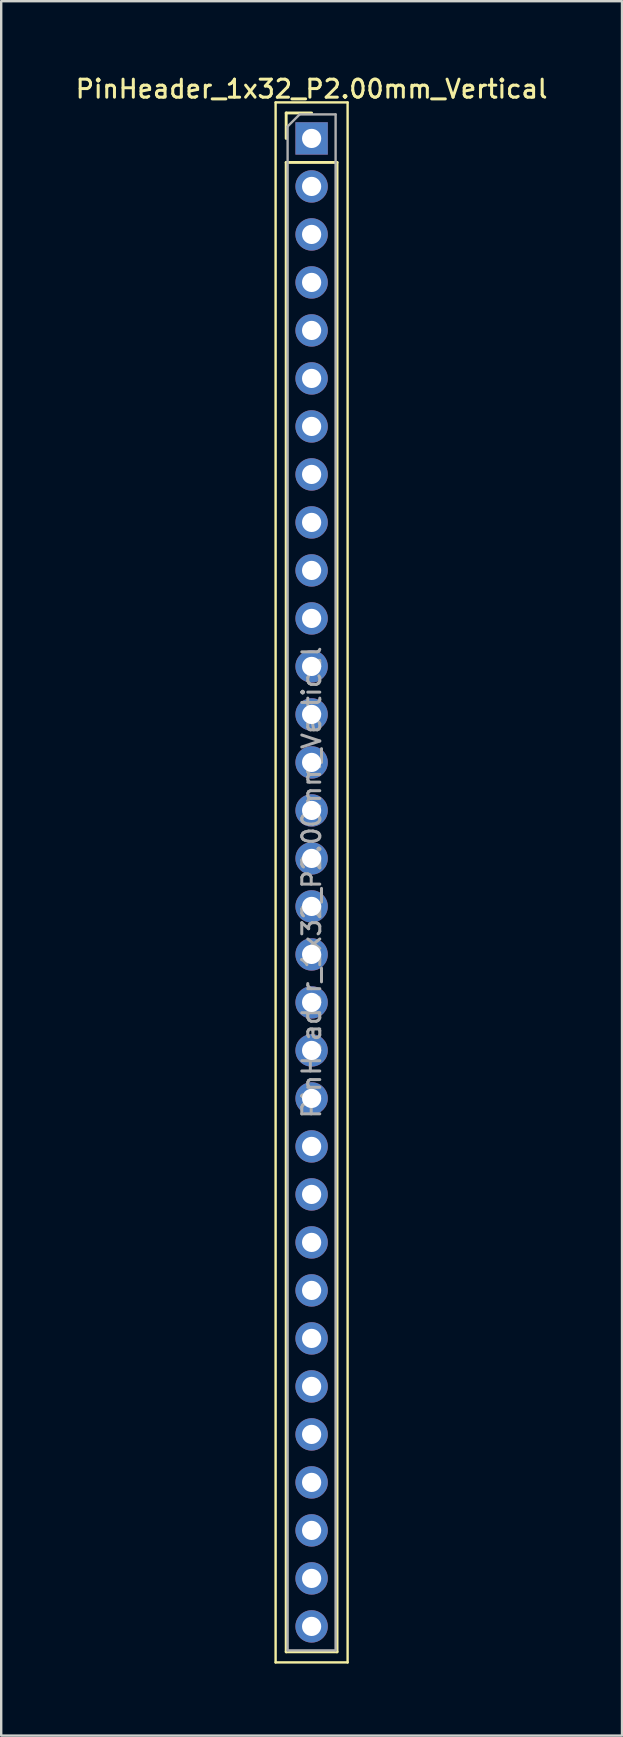
<source format=kicad_pcb>
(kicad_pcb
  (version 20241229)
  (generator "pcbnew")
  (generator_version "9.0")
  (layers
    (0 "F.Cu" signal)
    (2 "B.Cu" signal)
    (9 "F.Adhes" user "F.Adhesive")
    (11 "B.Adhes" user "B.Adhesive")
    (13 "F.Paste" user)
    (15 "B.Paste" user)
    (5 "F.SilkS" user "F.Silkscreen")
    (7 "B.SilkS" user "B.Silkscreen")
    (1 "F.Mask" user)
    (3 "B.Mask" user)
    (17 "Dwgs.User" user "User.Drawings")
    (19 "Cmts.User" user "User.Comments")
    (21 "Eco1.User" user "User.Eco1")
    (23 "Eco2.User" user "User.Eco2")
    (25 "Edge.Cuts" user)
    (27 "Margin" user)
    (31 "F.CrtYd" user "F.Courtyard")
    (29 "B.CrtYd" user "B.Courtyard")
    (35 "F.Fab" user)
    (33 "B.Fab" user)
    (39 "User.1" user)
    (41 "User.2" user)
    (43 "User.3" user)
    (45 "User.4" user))
  (footprint "PinHeader_1x32_P2.00mm_Vertical"
    (layer "F.Cu")
    (at 9.934 2.718)
    (property "Reference" "PinHeader_1x32_P2.00mm_Vertical" (at 0 -2.06 0) (layer "F.SilkS") (effects (font (size 0.75 0.75) (thickness 0.125))))
    (attr through_hole)
    (fp_line (start -1.5 -1.5) (end -1.5 63.5) (stroke (width 0.1) (type solid)) (layer "F.SilkS"))
    (fp_line (start -1.5 63.5) (end 1.5 63.5) (stroke (width 0.1) (type solid)) (layer "F.SilkS"))
    (fp_line (start -1.06 -1.06) (end 0 -1.06) (stroke (width 0.12) (type solid)) (layer "F.SilkS"))
    (fp_line (start -1.06 0) (end -1.06 -1.06) (stroke (width 0.12) (type solid)) (layer "F.SilkS"))
    (fp_line (start -1.06 1) (end -1.06 63.06) (stroke (width 0.12) (type solid)) (layer "F.SilkS"))
    (fp_line (start -1.06 1) (end 1.06 1) (stroke (width 0.12) (type solid)) (layer "F.SilkS"))
    (fp_line (start -1.06 63.06) (end 1.06 63.06) (stroke (width 0.12) (type solid)) (layer "F.SilkS"))
    (fp_line (start 1.06 1) (end 1.06 63.06) (stroke (width 0.12) (type solid)) (layer "F.SilkS"))
    (fp_line (start 1.5 -1.5) (end -1.5 -1.5) (stroke (width 0.1) (type solid)) (layer "F.SilkS"))
    (fp_line (start 1.5 63.5) (end 1.5 -1.5) (stroke (width 0.1) (type solid)) (layer "F.SilkS"))
    (fp_line (start -1 -0.5) (end -0.5 -1) (stroke (width 0.1) (type solid)) (layer "F.Fab"))
    (fp_line (start -1 63) (end -1 -0.5) (stroke (width 0.1) (type solid)) (layer "F.Fab"))
    (fp_line (start -0.5 -1) (end 1 -1) (stroke (width 0.1) (type solid)) (layer "F.Fab"))
    (fp_line (start 1 -1) (end 1 63) (stroke (width 0.1) (type solid)) (layer "F.Fab"))
    (fp_line (start 1 63) (end -1 63) (stroke (width 0.1) (type solid)) (layer "F.Fab"))
    (fp_text user "${REFERENCE}" (at 0 31 90) (layer "F.Fab") (effects (font (size 0.75 0.75) (thickness 0.125))))
    (pad "1" thru_hole rect (at 0 0) (size 1.35 1.35) (drill 0.8) (layers "*.Cu" "*.Mask"))
    (pad "2" thru_hole oval (at 0 2) (size 1.35 1.35) (drill 0.8) (layers "*.Cu" "*.Mask"))
    (pad "3" thru_hole oval (at 0 4) (size 1.35 1.35) (drill 0.8) (layers "*.Cu" "*.Mask"))
    (pad "4" thru_hole oval (at 0 6) (size 1.35 1.35) (drill 0.8) (layers "*.Cu" "*.Mask"))
    (pad "5" thru_hole oval (at 0 8) (size 1.35 1.35) (drill 0.8) (layers "*.Cu" "*.Mask"))
    (pad "6" thru_hole oval (at 0 10) (size 1.35 1.35) (drill 0.8) (layers "*.Cu" "*.Mask"))
    (pad "7" thru_hole oval (at 0 12) (size 1.35 1.35) (drill 0.8) (layers "*.Cu" "*.Mask"))
    (pad "8" thru_hole oval (at 0 14) (size 1.35 1.35) (drill 0.8) (layers "*.Cu" "*.Mask"))
    (pad "9" thru_hole oval (at 0 16) (size 1.35 1.35) (drill 0.8) (layers "*.Cu" "*.Mask"))
    (pad "10" thru_hole oval (at 0 18) (size 1.35 1.35) (drill 0.8) (layers "*.Cu" "*.Mask"))
    (pad "11" thru_hole oval (at 0 20) (size 1.35 1.35) (drill 0.8) (layers "*.Cu" "*.Mask"))
    (pad "12" thru_hole oval (at 0 22) (size 1.35 1.35) (drill 0.8) (layers "*.Cu" "*.Mask"))
    (pad "13" thru_hole oval (at 0 24) (size 1.35 1.35) (drill 0.8) (layers "*.Cu" "*.Mask"))
    (pad "14" thru_hole oval (at 0 26) (size 1.35 1.35) (drill 0.8) (layers "*.Cu" "*.Mask"))
    (pad "15" thru_hole oval (at 0 28) (size 1.35 1.35) (drill 0.8) (layers "*.Cu" "*.Mask"))
    (pad "16" thru_hole oval (at 0 30) (size 1.35 1.35) (drill 0.8) (layers "*.Cu" "*.Mask"))
    (pad "17" thru_hole oval (at 0 32) (size 1.35 1.35) (drill 0.8) (layers "*.Cu" "*.Mask"))
    (pad "18" thru_hole oval (at 0 34) (size 1.35 1.35) (drill 0.8) (layers "*.Cu" "*.Mask"))
    (pad "19" thru_hole oval (at 0 36) (size 1.35 1.35) (drill 0.8) (layers "*.Cu" "*.Mask"))
    (pad "20" thru_hole oval (at 0 38) (size 1.35 1.35) (drill 0.8) (layers "*.Cu" "*.Mask"))
    (pad "21" thru_hole oval (at 0 40) (size 1.35 1.35) (drill 0.8) (layers "*.Cu" "*.Mask"))
    (pad "22" thru_hole oval (at 0 42) (size 1.35 1.35) (drill 0.8) (layers "*.Cu" "*.Mask"))
    (pad "23" thru_hole oval (at 0 44) (size 1.35 1.35) (drill 0.8) (layers "*.Cu" "*.Mask"))
    (pad "24" thru_hole oval (at 0 46) (size 1.35 1.35) (drill 0.8) (layers "*.Cu" "*.Mask"))
    (pad "25" thru_hole oval (at 0 48) (size 1.35 1.35) (drill 0.8) (layers "*.Cu" "*.Mask"))
    (pad "26" thru_hole oval (at 0 50) (size 1.35 1.35) (drill 0.8) (layers "*.Cu" "*.Mask"))
    (pad "27" thru_hole oval (at 0 52) (size 1.35 1.35) (drill 0.8) (layers "*.Cu" "*.Mask"))
    (pad "28" thru_hole oval (at 0 54) (size 1.35 1.35) (drill 0.8) (layers "*.Cu" "*.Mask"))
    (pad "29" thru_hole oval (at 0 56) (size 1.35 1.35) (drill 0.8) (layers "*.Cu" "*.Mask"))
    (pad "30" thru_hole oval (at 0 58) (size 1.35 1.35) (drill 0.8) (layers "*.Cu" "*.Mask"))
    (pad "31" thru_hole oval (at 0 60) (size 1.35 1.35) (drill 0.8) (layers "*.Cu" "*.Mask"))
    (pad "32" thru_hole oval (at 0 62) (size 1.35 1.35) (drill 0.8) (layers "*.Cu" "*.Mask")))
  (gr_rect
    (start -3 -3)
    (end 22.868 69.268)
    (stroke (width 0.1) (type default))
    (fill no)
    (layer "Edge.Cuts")))
</source>
